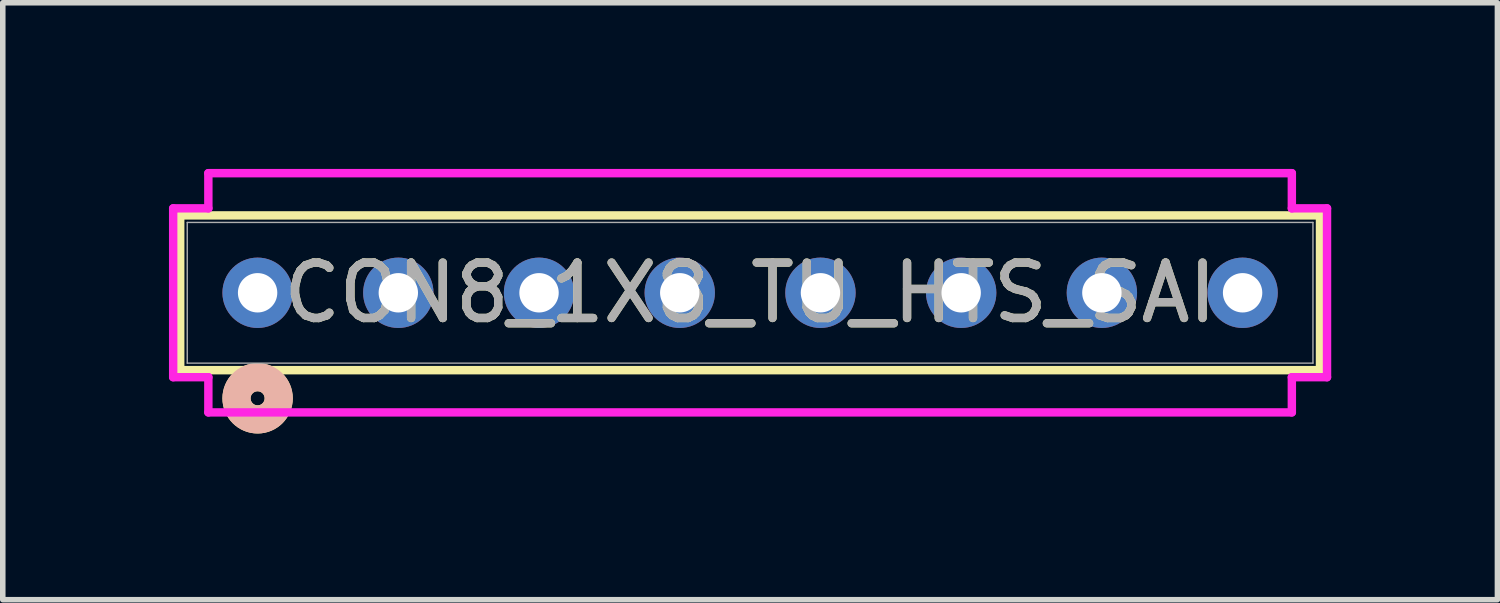
<source format=kicad_pcb>
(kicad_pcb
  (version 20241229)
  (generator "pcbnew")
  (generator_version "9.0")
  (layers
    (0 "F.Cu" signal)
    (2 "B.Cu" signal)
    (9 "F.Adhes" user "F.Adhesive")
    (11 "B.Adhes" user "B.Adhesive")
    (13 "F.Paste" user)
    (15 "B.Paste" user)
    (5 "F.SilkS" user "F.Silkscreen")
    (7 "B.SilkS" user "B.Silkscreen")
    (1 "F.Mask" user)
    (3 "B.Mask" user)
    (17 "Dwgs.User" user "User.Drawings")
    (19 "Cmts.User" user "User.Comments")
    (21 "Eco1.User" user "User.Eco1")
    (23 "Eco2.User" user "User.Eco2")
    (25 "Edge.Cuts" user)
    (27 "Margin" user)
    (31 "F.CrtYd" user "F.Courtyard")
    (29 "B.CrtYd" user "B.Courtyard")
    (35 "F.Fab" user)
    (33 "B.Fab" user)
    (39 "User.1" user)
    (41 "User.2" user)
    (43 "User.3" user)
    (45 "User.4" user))
  (footprint "CON8_1X8_TU_HTS_SAI"
    (layer "F.Cu")
    (at 10.49 2.235)
    (property "Reference" "CON8_1X8_TU_HTS_SAI" (at 0 0 0) (unlocked yes) (layer "F.SilkS") (effects (font (size 1 1) (thickness 0.15))))
    (attr through_hole)
    (fp_line (start -10.287 -1.397) (end -10.287 1.397) (stroke (width 0.152) (type solid)) (layer "F.SilkS"))
    (fp_line (start -10.287 1.397) (end 10.287 1.397) (stroke (width 0.152) (type solid)) (layer "F.SilkS"))
    (fp_line (start 10.287 -1.397) (end -10.287 -1.397) (stroke (width 0.152) (type solid)) (layer "F.SilkS"))
    (fp_line (start 10.287 1.397) (end 10.287 -1.397) (stroke (width 0.152) (type solid)) (layer "F.SilkS"))
    (fp_circle (center -8.89 1.905) (end -8.509 1.905) (stroke (width 0.508) (type solid)) (fill no) (layer "F.SilkS"))
    (fp_circle (center -8.89 1.905) (end -8.509 1.905) (stroke (width 0.508) (type solid)) (fill no) (layer "B.SilkS"))
    (fp_line (start -10.414 -1.524) (end -10.414 1.524) (stroke (width 0.152) (type solid)) (layer "F.CrtYd"))
    (fp_line (start -10.414 1.524) (end -9.779 1.524) (stroke (width 0.152) (type solid)) (layer "F.CrtYd"))
    (fp_line (start -9.779 -2.159) (end -9.779 -1.524) (stroke (width 0.152) (type solid)) (layer "F.CrtYd"))
    (fp_line (start -9.779 -1.524) (end -10.414 -1.524) (stroke (width 0.152) (type solid)) (layer "F.CrtYd"))
    (fp_line (start -9.779 1.524) (end -9.779 2.159) (stroke (width 0.152) (type solid)) (layer "F.CrtYd"))
    (fp_line (start -9.779 2.159) (end 9.779 2.159) (stroke (width 0.152) (type solid)) (layer "F.CrtYd"))
    (fp_line (start 9.779 -2.159) (end -9.779 -2.159) (stroke (width 0.152) (type solid)) (layer "F.CrtYd"))
    (fp_line (start 9.779 -1.524) (end 9.779 -2.159) (stroke (width 0.152) (type solid)) (layer "F.CrtYd"))
    (fp_line (start 9.779 1.524) (end 10.414 1.524) (stroke (width 0.152) (type solid)) (layer "F.CrtYd"))
    (fp_line (start 9.779 2.159) (end 9.779 1.524) (stroke (width 0.152) (type solid)) (layer "F.CrtYd"))
    (fp_line (start 10.414 -1.524) (end 9.779 -1.524) (stroke (width 0.152) (type solid)) (layer "F.CrtYd"))
    (fp_line (start 10.414 1.524) (end 10.414 -1.524) (stroke (width 0.152) (type solid)) (layer "F.CrtYd"))
    (fp_line (start -10.16 -1.27) (end -10.16 1.27) (stroke (width 0.025) (type solid)) (layer "F.Fab"))
    (fp_line (start -10.16 1.27) (end 10.16 1.27) (stroke (width 0.025) (type solid)) (layer "F.Fab"))
    (fp_line (start 10.16 -1.27) (end -10.16 -1.27) (stroke (width 0.025) (type solid)) (layer "F.Fab"))
    (fp_line (start 10.16 1.27) (end 10.16 -1.27) (stroke (width 0.025) (type solid)) (layer "F.Fab"))
    (fp_circle (center -8.89 0) (end -8.636 0) (stroke (width 0.025) (type solid)) (fill no) (layer "F.Fab"))
    (fp_text user "${REFERENCE}" (at 0 0 0) (unlocked yes) (layer "F.Fab") (effects (font (size 1 1) (thickness 0.15))))
    (pad "1" thru_hole circle (at -8.89 0 90) (size 1.27 1.27) (drill 0.711) (layers "*.Cu" "*.Mask"))
    (pad "2" thru_hole circle (at -6.35 0 90) (size 1.27 1.27) (drill 0.711) (layers "*.Cu" "*.Mask"))
    (pad "3" thru_hole circle (at -3.81 0 90) (size 1.27 1.27) (drill 0.711) (layers "*.Cu" "*.Mask"))
    (pad "4" thru_hole circle (at -1.27 0 90) (size 1.27 1.27) (drill 0.711) (layers "*.Cu" "*.Mask"))
    (pad "5" thru_hole circle (at 1.27 0 90) (size 1.27 1.27) (drill 0.711) (layers "*.Cu" "*.Mask"))
    (pad "6" thru_hole circle (at 3.81 0 90) (size 1.27 1.27) (drill 0.711) (layers "*.Cu" "*.Mask"))
    (pad "7" thru_hole circle (at 6.35 0 90) (size 1.27 1.27) (drill 0.711) (layers "*.Cu" "*.Mask"))
    (pad "8" thru_hole circle (at 8.89 0 90) (size 1.27 1.27) (drill 0.711) (layers "*.Cu" "*.Mask")))
  (gr_rect
    (start -3 -3)
    (end 23.98 7.775)
    (stroke (width 0.1) (type default))
    (fill no)
    (layer "Edge.Cuts")))
</source>
